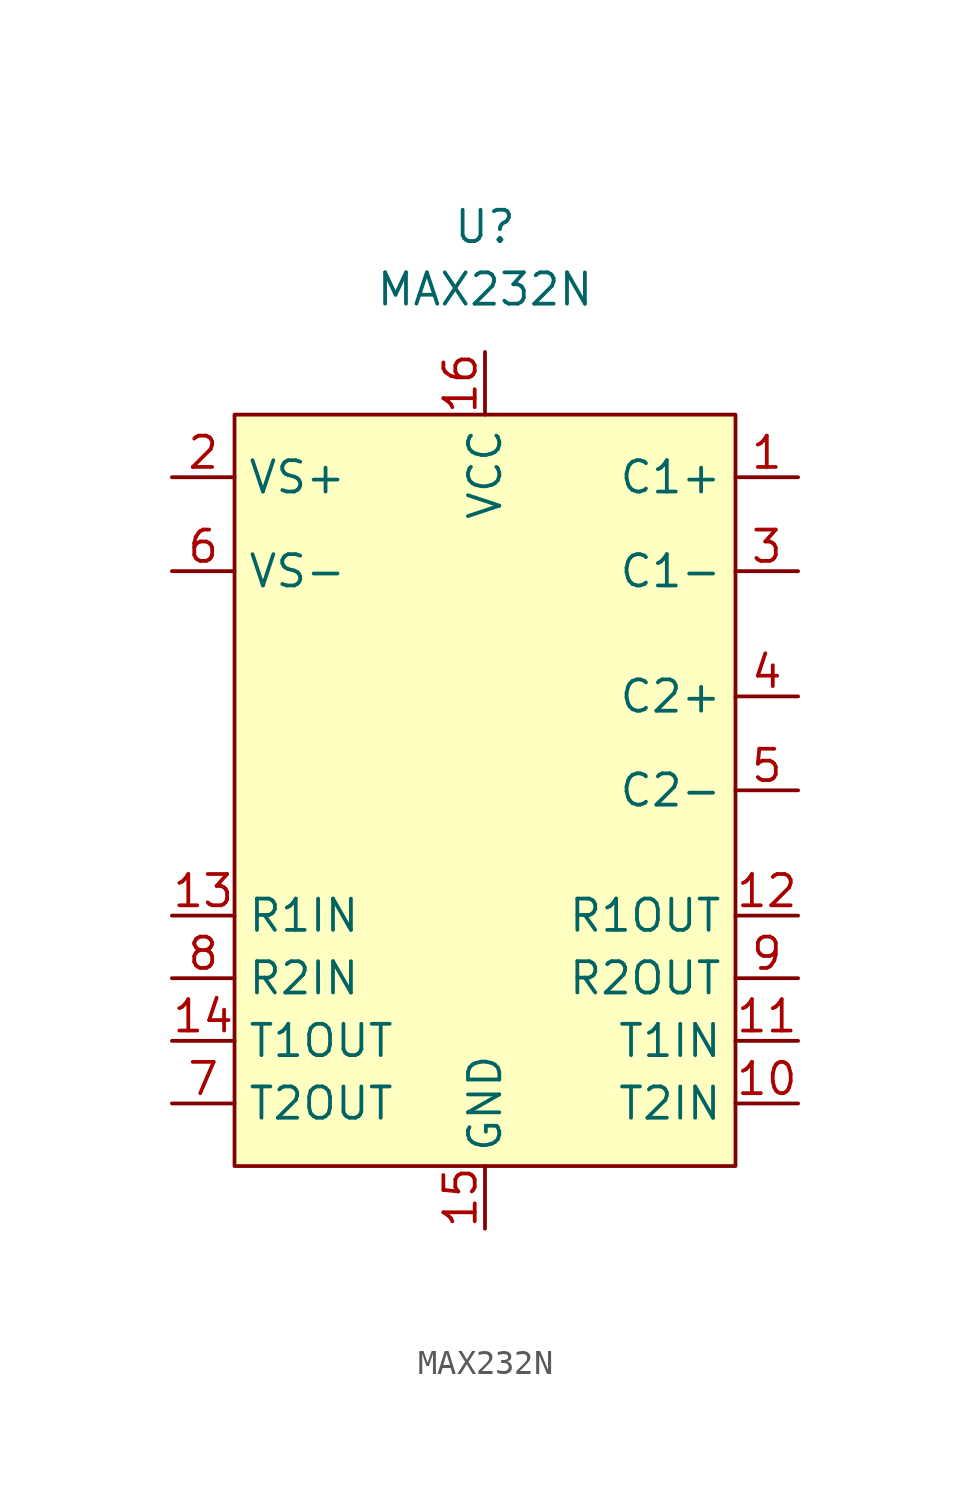
<source format=kicad_sym>
(kicad_symbol_lib
  (version 20211014)
  (generator kicad_symbol_editor)
  (symbol "MAX232N"
    (property "Reference" "U"
      (at 0 22.86 0)
      (effects (font (size 1.27 1.27))))
    (property "Value" "MAX232N"
      (at 0 20.32 0)
      (effects (font (size 1.27 1.27))))
    (symbol "MAX232N_0_1"
      (rectangle (start -10.16 15.24) (end 10.16 -15.24) (stroke (width 0) (type default) (color 0 0 0 0)) (fill (type background))))
    (symbol "MAX232N_1_1"
      (pin passive line (at 12.7 12.7 180) (length 2.54) (name "C1+" (effects (font (size 1.27 1.27)))) (number "1" (effects (font (size 1.27 1.27)))))
      (pin input line (at 12.7 -12.7 180) (length 2.54) (name "T2IN" (effects (font (size 1.27 1.27)))) (number "10" (effects (font (size 1.27 1.27)))))
      (pin input line (at 12.7 -10.16 180) (length 2.54) (name "T1IN" (effects (font (size 1.27 1.27)))) (number "11" (effects (font (size 1.27 1.27)))))
      (pin output line (at 12.7 -5.08 180) (length 2.54) (name "R1OUT" (effects (font (size 1.27 1.27)))) (number "12" (effects (font (size 1.27 1.27)))))
      (pin input line (at -12.7 -5.08 0) (length 2.54) (name "R1IN" (effects (font (size 1.27 1.27)))) (number "13" (effects (font (size 1.27 1.27)))))
      (pin output line (at -12.7 -10.16 0) (length 2.54) (name "T1OUT" (effects (font (size 1.27 1.27)))) (number "14" (effects (font (size 1.27 1.27)))))
      (pin power_in line (at 0 -17.78 90) (length 2.54) (name "GND" (effects (font (size 1.27 1.27)))) (number "15" (effects (font (size 1.27 1.27)))))
      (pin power_in line (at 0 17.78 270) (length 2.54) (name "VCC" (effects (font (size 1.27 1.27)))) (number "16" (effects (font (size 1.27 1.27)))))
      (pin output line (at -12.7 12.7 0) (length 2.54) (name "VS+" (effects (font (size 1.27 1.27)))) (number "2" (effects (font (size 1.27 1.27)))))
      (pin passive line (at 12.7 8.89 180) (length 2.54) (name "C1-" (effects (font (size 1.27 1.27)))) (number "3" (effects (font (size 1.27 1.27)))))
      (pin passive line (at 12.7 3.81 180) (length 2.54) (name "C2+" (effects (font (size 1.27 1.27)))) (number "4" (effects (font (size 1.27 1.27)))))
      (pin passive line (at 12.7 0 180) (length 2.54) (name "C2-" (effects (font (size 1.27 1.27)))) (number "5" (effects (font (size 1.27 1.27)))))
      (pin output line (at -12.7 8.89 0) (length 2.54) (name "VS-" (effects (font (size 1.27 1.27)))) (number "6" (effects (font (size 1.27 1.27)))))
      (pin output line (at -12.7 -12.7 0) (length 2.54) (name "T2OUT" (effects (font (size 1.27 1.27)))) (number "7" (effects (font (size 1.27 1.27)))))
      (pin input line (at -12.7 -7.62 0) (length 2.54) (name "R2IN" (effects (font (size 1.27 1.27)))) (number "8" (effects (font (size 1.27 1.27)))))
      (pin output line (at 12.7 -7.62 180) (length 2.54) (name "R2OUT" (effects (font (size 1.27 1.27)))) (number "9" (effects (font (size 1.27 1.27))))))))
</source>
